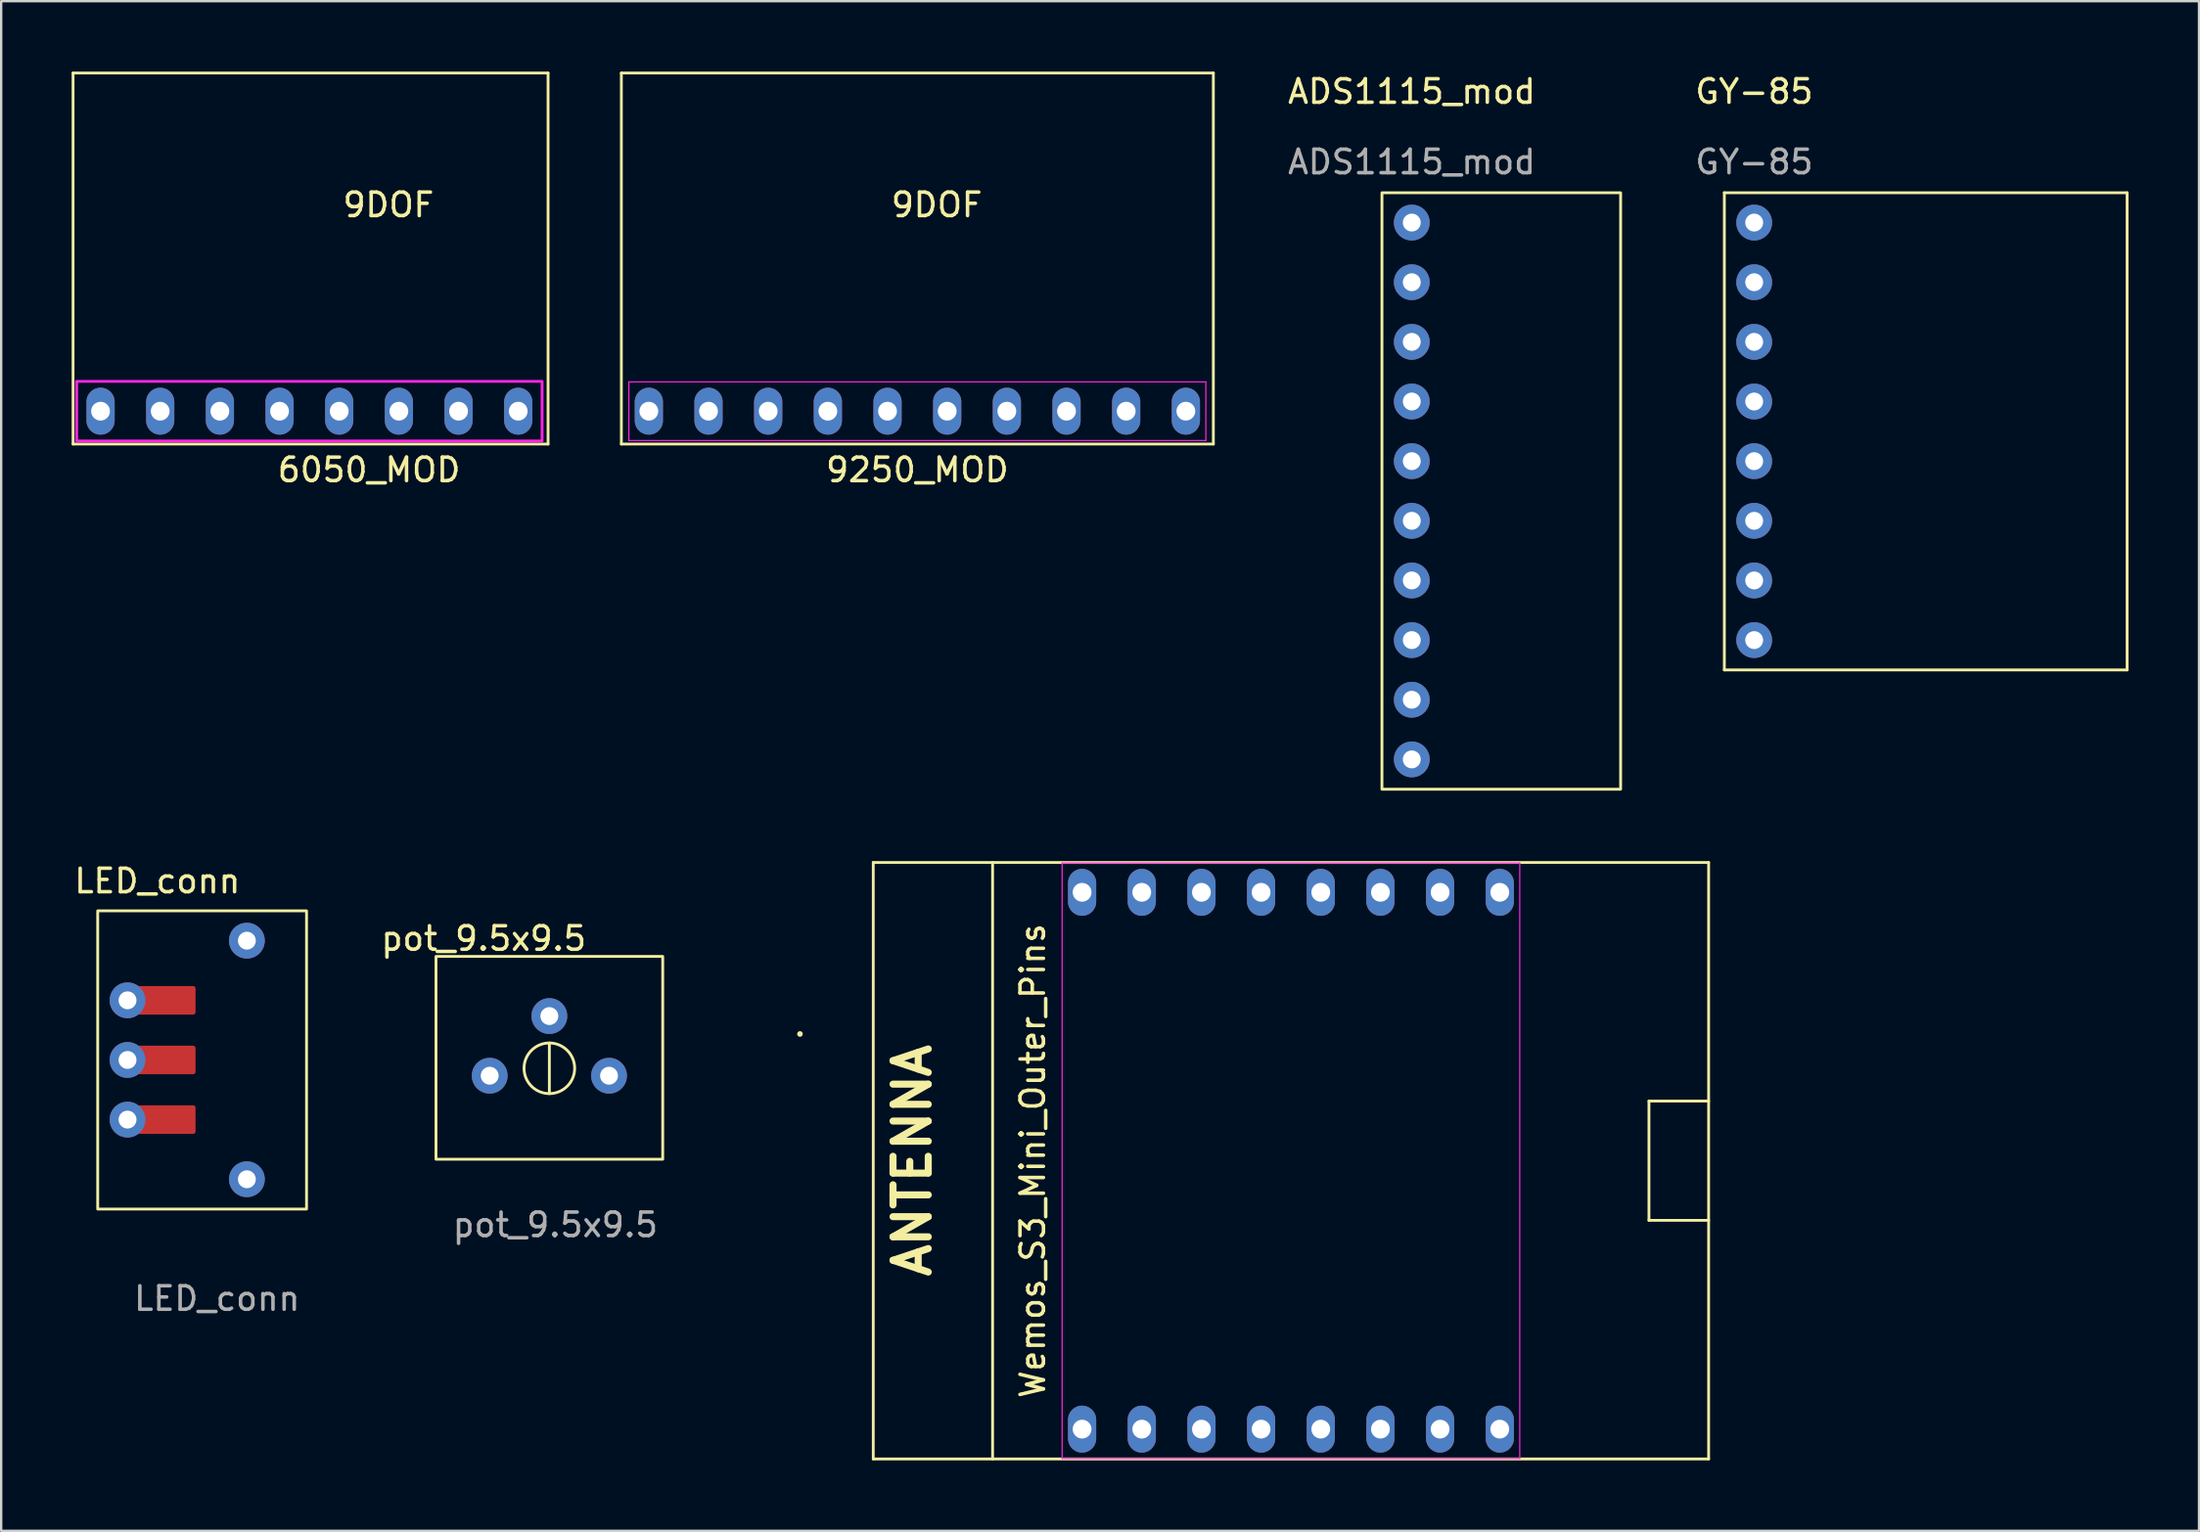
<source format=kicad_pcb>
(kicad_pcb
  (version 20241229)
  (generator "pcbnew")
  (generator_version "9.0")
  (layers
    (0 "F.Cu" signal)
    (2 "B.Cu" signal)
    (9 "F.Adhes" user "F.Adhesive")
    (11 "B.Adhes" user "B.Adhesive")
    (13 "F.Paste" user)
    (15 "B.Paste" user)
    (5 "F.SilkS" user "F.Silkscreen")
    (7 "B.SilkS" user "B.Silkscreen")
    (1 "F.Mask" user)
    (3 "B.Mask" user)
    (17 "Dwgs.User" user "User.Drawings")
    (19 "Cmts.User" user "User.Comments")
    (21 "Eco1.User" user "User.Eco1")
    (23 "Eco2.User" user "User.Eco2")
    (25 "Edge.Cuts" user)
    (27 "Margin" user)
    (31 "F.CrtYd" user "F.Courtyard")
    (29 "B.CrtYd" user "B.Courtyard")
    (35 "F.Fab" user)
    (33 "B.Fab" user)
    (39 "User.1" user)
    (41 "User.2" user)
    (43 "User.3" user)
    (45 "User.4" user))
  (footprint "6050_MOD"
    (layer "F.Cu")
    (at 12.66 14.46)
    (property "Reference" "6050_MOD" (at 0 2.5 0) (layer "F.SilkS") (effects (font (size 1 1) (thickness 0.15))))
    (attr through_hole)
    (fp_line (start -12.6 -14.4) (end -12.6 1.4) (stroke (width 0.12) (type default)) (layer "F.SilkS"))
    (fp_line (start -12.6 1.4) (end 7.62 1.4) (stroke (width 0.12) (type default)) (layer "F.SilkS"))
    (fp_line (start 7.62 -14.4) (end -12.6 -14.4) (stroke (width 0.12) (type default)) (layer "F.SilkS"))
    (fp_line (start 7.62 1.4) (end 7.62 -14.4) (stroke (width 0.12) (type default)) (layer "F.SilkS"))
    (fp_rect (start -12.446 -1.27) (end 7.366 1.27) (stroke (width 0.12) (type default)) (fill no) (layer "F.CrtYd"))
    (fp_text user "9DOF" (at -1.2 -8.2 0) (unlocked yes) (layer "F.SilkS") (effects (font (size 1 1) (thickness 0.15)) (justify left bottom)))
    (pad "1" thru_hole oval (at -11.43 0) (size 1.2 2) (drill 0.8) (layers "*.Cu" "*.Mask"))
    (pad "2" thru_hole oval (at -8.89 0) (size 1.2 2) (drill 0.8) (layers "*.Cu" "*.Mask"))
    (pad "3" thru_hole oval (at -6.35 0) (size 1.2 2) (drill 0.8) (layers "*.Cu" "*.Mask"))
    (pad "4" thru_hole oval (at -3.81 0) (size 1.2 2) (drill 0.8) (layers "*.Cu" "*.Mask"))
    (pad "5" thru_hole oval (at -1.27 0) (size 1.2 2) (drill 0.8) (layers "*.Cu" "*.Mask"))
    (pad "6" thru_hole oval (at 1.27 0) (size 1.2 2) (drill 0.8) (layers "*.Cu" "*.Mask"))
    (pad "7" thru_hole oval (at 3.81 0) (size 1.2 2) (drill 0.8) (layers "*.Cu" "*.Mask"))
    (pad "8" thru_hole oval (at 6.35 0) (size 1.2 2) (drill 0.8) (layers "*.Cu" "*.Mask")))
  (footprint "Wemos_S3_Mini_Outer_Pins"
    (layer "F.Cu")
    (at 51.903 46.378)
    (property "Reference" "Wemos_S3_Mini_Outer_Pins" (at -10.99 0 90) (layer "F.SilkS") (effects (font (size 1 1) (thickness 0.15))))
    (attr through_hole)
    (fp_line (start -17.78 -12.7) (end -17.78 12.7) (stroke (width 0.12) (type default)) (layer "F.SilkS"))
    (fp_line (start -17.78 12.7) (end 17.78 12.7) (stroke (width 0.12) (type default)) (layer "F.SilkS"))
    (fp_line (start -12.7 12.7) (end -12.7 -12.7) (stroke (width 0.12) (type default)) (layer "F.SilkS"))
    (fp_line (start 15.24 -2.54) (end 15.24 2.54) (stroke (width 0.12) (type default)) (layer "F.SilkS"))
    (fp_line (start 15.24 2.54) (end 17.78 2.54) (stroke (width 0.12) (type default)) (layer "F.SilkS"))
    (fp_line (start 17.78 -12.7) (end -17.78 -12.7) (stroke (width 0.12) (type default)) (layer "F.SilkS"))
    (fp_line (start 17.78 -2.54) (end 15.24 -2.54) (stroke (width 0.12) (type default)) (layer "F.SilkS"))
    (fp_line (start 17.78 12.7) (end 17.78 -12.7) (stroke (width 0.12) (type default)) (layer "F.SilkS"))
    (fp_line (start -9.74 -12.68) (end 9.74 -12.68) (stroke (width 0.05) (type default)) (layer "F.CrtYd"))
    (fp_line (start -9.74 12.68) (end -9.74 -12.68) (stroke (width 0.05) (type default)) (layer "F.CrtYd"))
    (fp_line (start 9.74 -12.68) (end 9.74 12.68) (stroke (width 0.05) (type default)) (layer "F.CrtYd"))
    (fp_line (start 9.74 12.68) (end -9.74 12.68) (stroke (width 0.05) (type default)) (layer "F.CrtYd"))
    (fp_text user "ANTENNA" (at -15.24 5.08 90) (unlocked yes) (layer "F.SilkS") (effects (font (size 1.5 1.5) (thickness 0.3) (bold yes)) (justify left bottom)))
    (pad "1" thru_hole oval (at -8.89 11.43) (size 1.2 2) (drill 0.8) (layers "*.Cu" "*.Mask"))
    (pad "2" thru_hole oval (at -6.35 11.43) (size 1.2 2) (drill 0.8) (layers "*.Cu" "*.Mask"))
    (pad "3" thru_hole oval (at -3.81 11.43) (size 1.2 2) (drill 0.8) (layers "*.Cu" "*.Mask"))
    (pad "4" thru_hole oval (at -1.27 11.43) (size 1.2 2) (drill 0.8) (layers "*.Cu" "*.Mask"))
    (pad "5" thru_hole oval (at 1.27 11.43) (size 1.2 2) (drill 0.8) (layers "*.Cu" "*.Mask"))
    (pad "6" thru_hole oval (at 3.81 11.43) (size 1.2 2) (drill 0.8) (layers "*.Cu" "*.Mask"))
    (pad "7" thru_hole oval (at 6.35 11.43) (size 1.2 2) (drill 0.8) (layers "*.Cu" "*.Mask"))
    (pad "8" thru_hole oval (at 8.89 11.43) (size 1.2 2) (drill 0.8) (layers "*.Cu" "*.Mask"))
    (pad "9" thru_hole oval (at 8.89 -11.43) (size 1.2 2) (drill 0.8) (layers "*.Cu" "*.Mask"))
    (pad "10" thru_hole oval (at 6.35 -11.43) (size 1.2 2) (drill 0.8) (layers "*.Cu" "*.Mask"))
    (pad "11" thru_hole oval (at 3.81 -11.43) (size 1.2 2) (drill 0.8) (layers "*.Cu" "*.Mask"))
    (pad "12" thru_hole oval (at 1.27 -11.43) (size 1.2 2) (drill 0.8) (layers "*.Cu" "*.Mask"))
    (pad "13" thru_hole oval (at -1.27 -11.43) (size 1.2 2) (drill 0.8) (layers "*.Cu" "*.Mask"))
    (pad "14" thru_hole oval (at -3.81 -11.43) (size 1.2 2) (drill 0.8) (layers "*.Cu" "*.Mask"))
    (pad "15" thru_hole oval (at -6.35 -11.43) (size 1.2 2) (drill 0.8) (layers "*.Cu" "*.Mask"))
    (pad "16" thru_hole oval (at -8.89 -11.43) (size 1.2 2) (drill 0.8) (layers "*.Cu" "*.Mask"))
    (zone (net_name "") (layer "F.Cu") (name "Antenna") (hatch edge 0.5) (connect_pads) (min_thickness 0.25) (filled_areas_thickness no) (keepout (tracks not_allowed) (vias not_allowed) (pads allowed) (copperpour allowed) (footprints allowed)) (placement (enabled no)) (fill) (polygon (pts (xy 34.123 33.678) (xy 39.203 33.678) (xy 39.203 59.078) (xy 34.123 59.078)))))
  (footprint "ADS1115_mod"
    (layer "F.Cu")
    (at 57.047 1.348)
    (property "Reference" "ADS1115_mod" (at 0 -0.5 0) (unlocked yes) (layer "F.SilkS") (effects (font (size 1 1) (thickness 0.15))))
    (attr through_hole)
    (fp_rect (start -1.27 3.81) (end 8.89 29.21) (stroke (width 0.12) (type default)) (fill no) (layer "F.SilkS"))
    (fp_text user "${REFERENCE}" (at 0 2.5 0) (unlocked yes) (layer "F.Fab") (effects (font (size 1 1) (thickness 0.15))))
    (pad "1" thru_hole circle (at 0 5.08) (size 1.524 1.524) (drill 0.762) (layers "*.Cu" "*.Mask"))
    (pad "2" thru_hole circle (at 0 7.62) (size 1.524 1.524) (drill 0.762) (layers "*.Cu" "*.Mask"))
    (pad "3" thru_hole circle (at 0 10.16) (size 1.524 1.524) (drill 0.762) (layers "*.Cu" "*.Mask"))
    (pad "4" thru_hole circle (at 0 12.7) (size 1.524 1.524) (drill 0.762) (layers "*.Cu" "*.Mask"))
    (pad "5" thru_hole circle (at 0 15.24) (size 1.524 1.524) (drill 0.762) (layers "*.Cu" "*.Mask"))
    (pad "6" thru_hole circle (at 0 17.78) (size 1.524 1.524) (drill 0.762) (layers "*.Cu" "*.Mask"))
    (pad "7" thru_hole circle (at 0 20.32) (size 1.524 1.524) (drill 0.762) (layers "*.Cu" "*.Mask"))
    (pad "8" thru_hole circle (at 0 22.86) (size 1.524 1.524) (drill 0.762) (layers "*.Cu" "*.Mask"))
    (pad "9" thru_hole circle (at 0 25.4) (size 1.524 1.524) (drill 0.762) (layers "*.Cu" "*.Mask"))
    (pad "10" thru_hole circle (at 0 27.94) (size 1.524 1.524) (drill 0.762) (layers "*.Cu" "*.Mask")))
  (footprint "9250_MOD"
    (layer "F.Cu")
    (at 36 14.46)
    (property "Reference" "9250_MOD" (at 0 2.5 0) (layer "F.SilkS") (effects (font (size 1 1) (thickness 0.15))))
    (attr through_hole)
    (fp_line (start -12.6 -14.4) (end -12.6 1.4) (stroke (width 0.12) (type default)) (layer "F.SilkS"))
    (fp_line (start -12.6 1.4) (end 12.6 1.4) (stroke (width 0.12) (type default)) (layer "F.SilkS"))
    (fp_line (start 12.6 -14.4) (end -12.6 -14.4) (stroke (width 0.12) (type default)) (layer "F.SilkS"))
    (fp_line (start 12.6 1.4) (end 12.6 -14.4) (stroke (width 0.12) (type default)) (layer "F.SilkS"))
    (fp_line (start -12.28 -1.25) (end 12.28 -1.25) (stroke (width 0.05) (type default)) (layer "F.CrtYd"))
    (fp_line (start -12.28 1.25) (end -12.28 -1.25) (stroke (width 0.05) (type default)) (layer "F.CrtYd"))
    (fp_line (start 12.28 -1.25) (end 12.28 1.25) (stroke (width 0.05) (type default)) (layer "F.CrtYd"))
    (fp_line (start 12.28 1.25) (end -12.28 1.25) (stroke (width 0.05) (type default)) (layer "F.CrtYd"))
    (fp_text user "9DOF" (at -1.2 -8.2 0) (unlocked yes) (layer "F.SilkS") (effects (font (size 1 1) (thickness 0.15)) (justify left bottom)))
    (pad "1" thru_hole oval (at -11.43 0) (size 1.2 2) (drill 0.8) (layers "*.Cu" "*.Mask"))
    (pad "2" thru_hole oval (at -8.89 0) (size 1.2 2) (drill 0.8) (layers "*.Cu" "*.Mask"))
    (pad "3" thru_hole oval (at -6.35 0) (size 1.2 2) (drill 0.8) (layers "*.Cu" "*.Mask"))
    (pad "4" thru_hole oval (at -3.81 0) (size 1.2 2) (drill 0.8) (layers "*.Cu" "*.Mask"))
    (pad "5" thru_hole oval (at -1.27 0) (size 1.2 2) (drill 0.8) (layers "*.Cu" "*.Mask"))
    (pad "6" thru_hole oval (at 1.27 0) (size 1.2 2) (drill 0.8) (layers "*.Cu" "*.Mask"))
    (pad "7" thru_hole oval (at 3.81 0) (size 1.2 2) (drill 0.8) (layers "*.Cu" "*.Mask"))
    (pad "8" thru_hole oval (at 6.35 0) (size 1.2 2) (drill 0.8) (layers "*.Cu" "*.Mask"))
    (pad "9" thru_hole oval (at 8.89 0) (size 1.2 2) (drill 0.8) (layers "*.Cu" "*.Mask"))
    (pad "10" thru_hole oval (at 11.43 0) (size 1.2 2) (drill 0.8) (layers "*.Cu" "*.Mask")))
  (footprint "GY-85"
    (layer "F.Cu")
    (at 71.622 1.348)
    (property "Reference" "GY-85" (at 0 -0.5 0) (unlocked yes) (layer "F.SilkS") (effects (font (size 1 1) (thickness 0.15))))
    (attr through_hole)
    (fp_line (start -1.27 3.81) (end 15.875 3.81) (stroke (width 0.12) (type default)) (layer "F.SilkS"))
    (fp_line (start -1.27 24.13) (end -1.27 3.81) (stroke (width 0.12) (type default)) (layer "F.SilkS"))
    (fp_line (start 15.875 3.81) (end 15.875 24.13) (stroke (width 0.12) (type default)) (layer "F.SilkS"))
    (fp_line (start 15.875 24.13) (end -1.27 24.13) (stroke (width 0.12) (type default)) (layer "F.SilkS"))
    (fp_text user "${REFERENCE}" (at 0 2.5 0) (unlocked yes) (layer "F.Fab") (effects (font (size 1 1) (thickness 0.15))))
    (pad "1" thru_hole circle (at 0 5.08) (size 1.524 1.524) (drill 0.762) (layers "*.Cu" "*.Mask"))
    (pad "2" thru_hole circle (at 0 7.62) (size 1.524 1.524) (drill 0.762) (layers "*.Cu" "*.Mask"))
    (pad "3" thru_hole circle (at 0 10.16) (size 1.524 1.524) (drill 0.762) (layers "*.Cu" "*.Mask"))
    (pad "4" thru_hole circle (at 0 12.7) (size 1.524 1.524) (drill 0.762) (layers "*.Cu" "*.Mask"))
    (pad "5" thru_hole circle (at 0 15.24) (size 1.524 1.524) (drill 0.762) (layers "*.Cu" "*.Mask"))
    (pad "6" thru_hole circle (at 0 17.78) (size 1.524 1.524) (drill 0.762) (layers "*.Cu" "*.Mask"))
    (pad "7" thru_hole circle (at 0 20.32) (size 1.524 1.524) (drill 0.762) (layers "*.Cu" "*.Mask"))
    (pad "8" thru_hole circle (at 0 22.86) (size 1.524 1.524) (drill 0.762) (layers "*.Cu" "*.Mask")))
  (footprint "pot_9.5x9.5"
    (layer "F.Cu")
    (at 20.335 33.868)
    (property "Reference" "pot_9.5x9.5" (at -2.794 3.048 0) (unlocked yes) (layer "F.SilkS") (effects (font (size 1 1) (thickness 0.15))))
    (attr through_hole)
    (fp_line (start 0 9.652) (end 0 7.497) (stroke (width 0.12) (type default)) (layer "F.SilkS"))
    (fp_rect (start -4.826 3.81) (end 4.826 12.446) (stroke (width 0.12) (type default)) (fill no) (layer "F.SilkS"))
    (fp_circle (center 0 8.574) (end 0.762 7.812) (stroke (width 0.12) (type default)) (fill no) (layer "F.SilkS"))
    (fp_circle (center 10.668 7.112) (end 10.668 7.112) (stroke (width 0.12) (type default)) (fill no) (layer "F.SilkS"))
    (fp_text user "${REFERENCE}" (at 0.254 15.24 0) (unlocked yes) (layer "F.Fab") (effects (font (size 1 1) (thickness 0.15))))
    (pad "1" thru_hole circle (at -2.54 8.89) (size 1.524 1.524) (drill 0.762) (layers "*.Cu" "*.Mask"))
    (pad "2" thru_hole circle (at 0 6.35) (size 1.524 1.524) (drill 0.762) (layers "*.Cu" "*.Mask"))
    (pad "3" thru_hole circle (at 2.54 8.89) (size 1.524 1.524) (drill 0.762) (layers "*.Cu" "*.Mask")))
  (footprint "LED_conn"
    (layer "F.Cu")
    (at 2.379 34.467)
    (property "Reference" "LED_conn" (at 1.27 0 0) (unlocked yes) (layer "F.SilkS") (effects (font (size 1 1) (thickness 0.15))))
    (attr through_hole)
    (fp_poly (pts (xy 0.508 4.572) (xy 2.794 4.572) (xy 2.794 5.588) (xy 0.508 5.588)) (stroke (width 0.2) (type solid)) (fill yes) (layer "F.Cu"))
    (fp_poly (pts (xy 0.508 7.112) (xy 2.794 7.112) (xy 2.794 8.128) (xy 0.508 8.128)) (stroke (width 0.2) (type solid)) (fill yes) (layer "F.Cu"))
    (fp_poly (pts (xy 0.508 9.652) (xy 2.794 9.652) (xy 2.794 10.668) (xy 0.508 10.668)) (stroke (width 0.2) (type solid)) (fill yes) (layer "F.Cu"))
    (fp_poly (pts (xy 0.508 4.572) (xy 2.794 4.572) (xy 2.794 5.588) (xy 0.508 5.588)) (stroke (width 0.12) (type solid)) (fill yes) (layer "F.Mask"))
    (fp_poly (pts (xy 0.508 7.112) (xy 2.794 7.112) (xy 2.794 8.128) (xy 0.508 8.128)) (stroke (width 0.12) (type solid)) (fill yes) (layer "F.Mask"))
    (fp_poly (pts (xy 0.508 9.652) (xy 2.794 9.652) (xy 2.794 10.668) (xy 0.508 10.668)) (stroke (width 0.12) (type solid)) (fill yes) (layer "F.Mask"))
    (fp_rect (start -1.27 1.27) (end 7.62 13.97) (stroke (width 0.12) (type default)) (fill no) (layer "F.SilkS"))
    (fp_text user "${REFERENCE}" (at 3.81 17.78 0) (unlocked yes) (layer "F.Fab") (effects (font (size 1 1) (thickness 0.15))))
    (pad "" thru_hole circle (at 5.08 2.54) (size 1.524 1.524) (drill 0.762) (layers "*.Cu" "*.Mask"))
    (pad "" thru_hole circle (at 5.08 12.7) (size 1.524 1.524) (drill 0.762) (layers "*.Cu" "*.Mask"))
    (pad "1" thru_hole circle (at 0 5.08) (size 1.524 1.524) (drill 0.762) (layers "*.Cu" "*.Mask"))
    (pad "2" thru_hole circle (at 0 7.62) (size 1.524 1.524) (drill 0.762) (layers "*.Cu" "*.Mask"))
    (pad "3" thru_hole circle (at 0 10.16) (size 1.524 1.524) (drill 0.762) (layers "*.Cu" "*.Mask")))
  (gr_rect
    (start -3 -3)
    (end 90.557 62.138)
    (stroke (width 0.1) (type default))
    (fill no)
    (layer "Edge.Cuts")))
</source>
